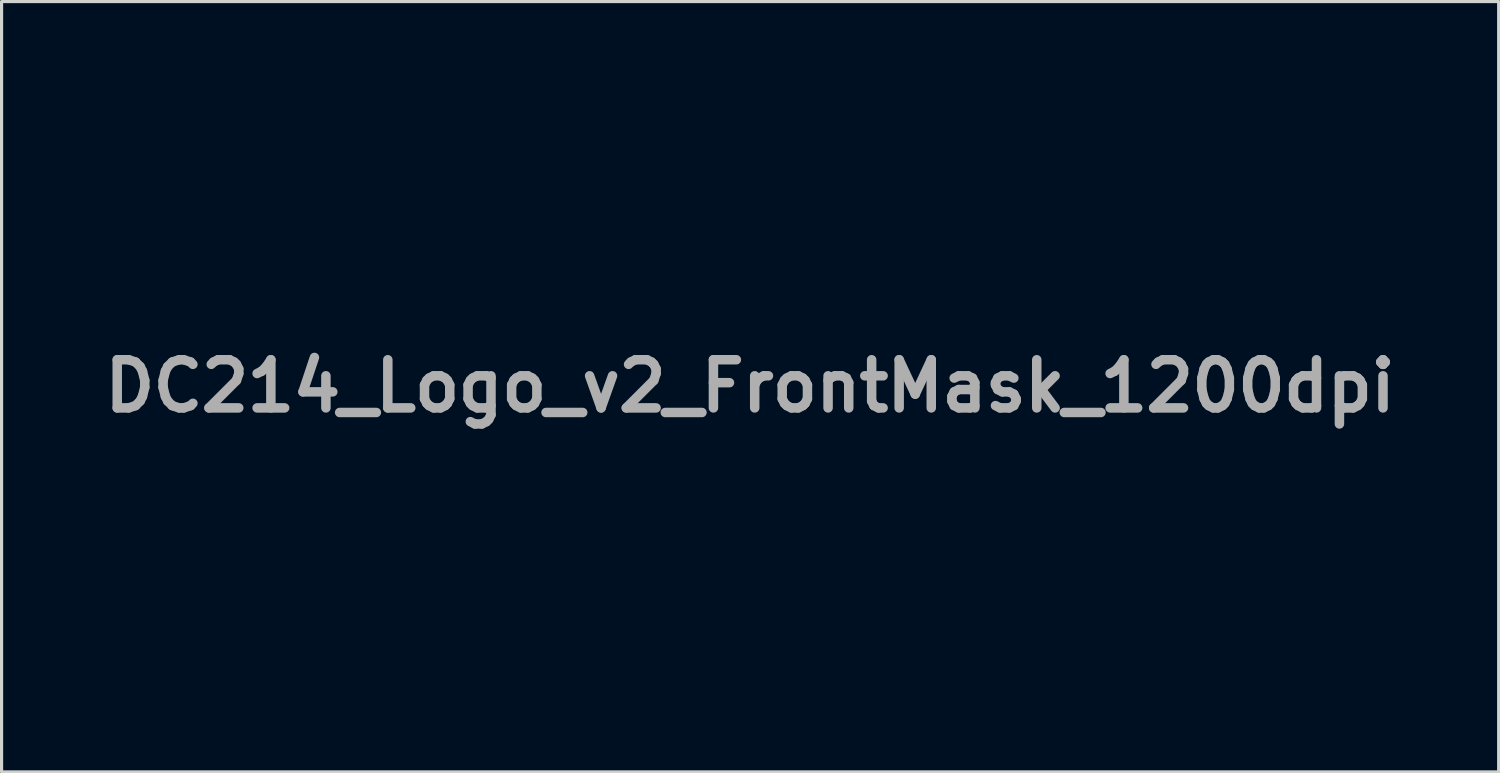
<source format=kicad_pcb>
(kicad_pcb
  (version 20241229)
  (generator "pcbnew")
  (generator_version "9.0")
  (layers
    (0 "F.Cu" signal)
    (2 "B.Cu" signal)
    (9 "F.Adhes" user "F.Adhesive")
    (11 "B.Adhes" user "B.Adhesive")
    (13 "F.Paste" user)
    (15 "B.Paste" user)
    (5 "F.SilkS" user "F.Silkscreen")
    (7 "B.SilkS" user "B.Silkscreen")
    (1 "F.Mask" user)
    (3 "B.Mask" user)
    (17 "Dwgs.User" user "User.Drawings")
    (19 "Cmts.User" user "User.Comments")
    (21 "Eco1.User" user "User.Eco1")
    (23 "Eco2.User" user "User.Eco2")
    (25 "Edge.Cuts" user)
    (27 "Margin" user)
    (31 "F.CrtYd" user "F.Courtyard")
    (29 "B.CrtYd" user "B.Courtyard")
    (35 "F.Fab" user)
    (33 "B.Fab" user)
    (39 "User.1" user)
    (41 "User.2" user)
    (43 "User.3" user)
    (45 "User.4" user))
  (footprint "DC214_Logo_v2_FrontMask_1200dpi"
    (layer "F.Cu")
    (at 20.69 9.17)
    (property "Reference" "DC214_Logo_v2_FrontMask_1200dpi" (at 0 0 0) (layer "F.Fab") (effects (font (size 1.524 1.524) (thickness 0.3))))
    (attr through_hole)
    (fp_poly (pts (xy -0.748 -2.77) (xy -0.721 -2.767) (xy -0.565 -2.735) (xy -0.429 -2.671) (xy -0.319 -2.58) (xy -0.238 -2.466) (xy -0.188 -2.335) (xy -0.174 -2.191) (xy -0.191 -2.073) (xy -0.239 -1.956) (xy -0.321 -1.853) (xy -0.426 -1.771) (xy -0.528 -1.727) (xy -0.652 -1.703) (xy -0.785 -1.696) (xy -0.91 -1.706) (xy -0.984 -1.725) (xy -1.08 -1.778) (xy -1.167 -1.861) (xy -1.234 -1.963) (xy -1.269 -2.061) (xy -1.279 -2.206) (xy -1.249 -2.35) (xy -1.184 -2.486) (xy -1.087 -2.608) (xy -0.961 -2.709) (xy -0.937 -2.724) (xy -0.875 -2.756) (xy -0.819 -2.77) (xy -0.748 -2.77)) (stroke (width 0.01) (type solid)) (fill yes) (layer "F.Mask"))
    (fp_poly (pts (xy 1.166 -2.766) (xy 1.322 -2.729) (xy 1.458 -2.661) (xy 1.57 -2.566) (xy 1.652 -2.448) (xy 1.702 -2.313) (xy 1.714 -2.197) (xy 1.696 -2.053) (xy 1.643 -1.931) (xy 1.557 -1.833) (xy 1.44 -1.76) (xy 1.293 -1.715) (xy 1.156 -1.7) (xy 1.054 -1.701) (xy 0.967 -1.708) (xy 0.915 -1.72) (xy 0.793 -1.788) (xy 0.7 -1.884) (xy 0.64 -2.005) (xy 0.615 -2.148) (xy 0.614 -2.182) (xy 0.629 -2.322) (xy 0.676 -2.447) (xy 0.759 -2.565) (xy 0.834 -2.641) (xy 0.915 -2.709) (xy 0.981 -2.751) (xy 1.046 -2.769) (xy 1.122 -2.77) (xy 1.166 -2.766)) (stroke (width 0.01) (type solid)) (fill yes) (layer "F.Mask"))
    (fp_poly (pts (xy 3.771 2.282) (xy 3.796 2.326) (xy 3.804 2.344) (xy 3.821 2.408) (xy 3.833 2.5) (xy 3.84 2.606) (xy 3.84 2.71) (xy 3.834 2.799) (xy 3.825 2.842) (xy 3.818 2.867) (xy 3.808 2.884) (xy 3.787 2.893) (xy 3.749 2.895) (xy 3.685 2.893) (xy 3.588 2.886) (xy 3.561 2.884) (xy 3.499 2.876) (xy 3.459 2.865) (xy 3.45 2.857) (xy 3.459 2.829) (xy 3.484 2.773) (xy 3.52 2.697) (xy 3.563 2.61) (xy 3.61 2.518) (xy 3.656 2.43) (xy 3.697 2.353) (xy 3.73 2.296) (xy 3.749 2.267) (xy 3.753 2.265) (xy 3.771 2.282)) (stroke (width 0.01) (type solid)) (fill yes) (layer "F.Mask"))
    (fp_poly (pts (xy -3.564 1.825) (xy -3.518 1.845) (xy -3.477 1.885) (xy -3.432 1.953) (xy -3.386 2.037) (xy -3.316 2.2) (xy -3.275 2.368) (xy -3.261 2.55) (xy -3.274 2.751) (xy -3.314 2.979) (xy -3.338 3.092) (xy -3.359 3.205) (xy -3.376 3.302) (xy -3.384 3.359) (xy -3.405 3.464) (xy -3.442 3.535) (xy -3.498 3.575) (xy -3.537 3.587) (xy -3.605 3.6) (xy -3.665 3.611) (xy -3.71 3.617) (xy -3.723 3.606) (xy -3.719 3.592) (xy -3.704 3.529) (xy -3.69 3.432) (xy -3.679 3.311) (xy -3.671 3.173) (xy -3.667 3.028) (xy -3.667 2.885) (xy -3.669 2.805) (xy -3.675 2.659) (xy -3.683 2.491) (xy -3.69 2.32) (xy -3.696 2.167) (xy -3.697 2.154) (xy -3.71 1.82) (xy -3.621 1.82) (xy -3.564 1.825)) (stroke (width 0.01) (type solid)) (fill yes) (layer "F.Mask"))
    (fp_poly (pts (xy 2.018 -1.339) (xy 2.097 -1.309) (xy 2.114 -1.301) (xy 2.185 -1.267) (xy 2.225 -1.239) (xy 2.242 -1.211) (xy 2.244 -1.191) (xy 2.23 -1.141) (xy 2.197 -1.084) (xy 2.189 -1.074) (xy 2.127 -0.985) (xy 2.059 -0.856) (xy 1.985 -0.687) (xy 1.925 -0.536) (xy 1.882 -0.429) (xy 1.837 -0.321) (xy 1.795 -0.229) (xy 1.771 -0.181) (xy 1.654 -0.005) (xy 1.5 0.153) (xy 1.313 0.291) (xy 1.094 0.407) (xy 0.846 0.5) (xy 0.73 0.532) (xy 0.618 0.554) (xy 0.475 0.57) (xy 0.314 0.581) (xy 0.146 0.586) (xy -0.017 0.585) (xy -0.163 0.578) (xy -0.28 0.564) (xy -0.289 0.563) (xy -0.548 0.497) (xy -0.788 0.405) (xy -1.003 0.288) (xy -1.191 0.149) (xy -1.346 -0.01) (xy -1.42 -0.111) (xy -1.454 -0.171) (xy -1.5 -0.261) (xy -1.553 -0.372) (xy -1.608 -0.494) (xy -1.65 -0.59) (xy -1.703 -0.713) (xy -1.755 -0.829) (xy -1.803 -0.929) (xy -1.842 -1.007) (xy -1.864 -1.046) (xy -1.903 -1.11) (xy -1.921 -1.152) (xy -1.921 -1.186) (xy -1.907 -1.226) (xy -1.902 -1.237) (xy -1.881 -1.269) (xy -1.848 -1.29) (xy -1.791 -1.306) (xy -1.709 -1.32) (xy -1.641 -1.322) (xy -1.56 -1.314) (xy -1.482 -1.298) (xy -1.418 -1.278) (xy -1.386 -1.256) (xy -1.356 -1.19) (xy -1.368 -1.127) (xy -1.421 -1.066) (xy -1.441 -1.051) (xy -1.492 -1.012) (xy -1.515 -0.981) (xy -1.519 -0.941) (xy -1.514 -0.902) (xy -1.456 -0.665) (xy -1.361 -0.445) (xy -1.227 -0.244) (xy -1.122 -0.125) (xy -0.931 0.038) (xy -0.714 0.17) (xy -0.473 0.27) (xy -0.212 0.335) (xy -0.186 0.339) (xy -0.071 0.351) (xy 0.068 0.356) (xy 0.22 0.355) (xy 0.371 0.347) (xy 0.509 0.333) (xy 0.621 0.315) (xy 0.646 0.308) (xy 0.9 0.222) (xy 1.131 0.108) (xy 1.333 -0.032) (xy 1.504 -0.196) (xy 1.639 -0.379) (xy 1.698 -0.492) (xy 1.753 -0.628) (xy 1.798 -0.769) (xy 1.827 -0.897) (xy 1.829 -0.912) (xy 1.835 -0.959) (xy 1.833 -0.992) (xy 1.818 -1.021) (xy 1.783 -1.054) (xy 1.723 -1.1) (xy 1.676 -1.134) (xy 1.68 -1.154) (xy 1.699 -1.197) (xy 1.726 -1.247) (xy 1.753 -1.293) (xy 1.774 -1.32) (xy 1.776 -1.322) (xy 1.808 -1.332) (xy 1.864 -1.343) (xy 1.89 -1.347) (xy 1.955 -1.35) (xy 2.018 -1.339)) (stroke (width 0.01) (type solid)) (fill yes) (layer "F.Mask"))
    (fp_poly (pts (xy 3.712 -8.384) (xy 3.796 -8.359) (xy 3.896 -8.324) (xy 4.004 -8.279) (xy 4.027 -8.268) (xy 4.093 -8.235) (xy 4.187 -8.185) (xy 4.3 -8.122) (xy 4.424 -8.051) (xy 4.549 -7.977) (xy 4.561 -7.97) (xy 4.886 -7.771) (xy 5.177 -7.586) (xy 5.442 -7.41) (xy 5.685 -7.237) (xy 5.912 -7.064) (xy 6.129 -6.887) (xy 6.342 -6.701) (xy 6.557 -6.501) (xy 6.775 -6.288) (xy 6.94 -6.12) (xy 7.089 -5.962) (xy 7.227 -5.809) (xy 7.358 -5.654) (xy 7.487 -5.492) (xy 7.619 -5.316) (xy 7.759 -5.121) (xy 7.91 -4.9) (xy 8.059 -4.678) (xy 8.214 -4.443) (xy 8.346 -4.238) (xy 8.456 -4.06) (xy 8.547 -3.904) (xy 8.621 -3.767) (xy 8.679 -3.645) (xy 8.724 -3.534) (xy 8.758 -3.43) (xy 8.783 -3.33) (xy 8.795 -3.265) (xy 8.809 -3.175) (xy 8.736 -3.175) (xy 8.619 -3.158) (xy 8.504 -3.112) (xy 8.463 -3.087) (xy 8.407 -3.048) (xy 8.466 -2.894) (xy 8.667 -2.314) (xy 8.828 -1.727) (xy 8.949 -1.13) (xy 9.031 -0.521) (xy 9.072 0.058) (xy 9.087 0.402) (xy 8.177 0.402) (xy 8.164 0.767) (xy 8.15 1.027) (xy 8.128 1.281) (xy 8.095 1.533) (xy 8.051 1.789) (xy 7.994 2.057) (xy 7.924 2.342) (xy 7.838 2.65) (xy 7.736 2.987) (xy 7.676 3.179) (xy 7.562 3.533) (xy 7.755 3.61) (xy 7.839 3.644) (xy 7.909 3.674) (xy 7.953 3.695) (xy 7.965 3.702) (xy 7.961 3.726) (xy 7.94 3.782) (xy 7.904 3.864) (xy 7.856 3.968) (xy 7.797 4.087) (xy 7.732 4.218) (xy 7.662 4.354) (xy 7.589 4.49) (xy 7.518 4.621) (xy 7.462 4.72) (xy 7.266 5.05) (xy 7.075 5.347) (xy 6.884 5.617) (xy 6.689 5.867) (xy 6.483 6.106) (xy 6.429 6.165) (xy 6.341 6.262) (xy 6.264 6.348) (xy 6.201 6.419) (xy 6.158 6.47) (xy 6.139 6.496) (xy 6.138 6.498) (xy 6.153 6.519) (xy 6.191 6.56) (xy 6.244 6.613) (xy 6.303 6.668) (xy 6.36 6.719) (xy 6.406 6.757) (xy 6.431 6.773) (xy 6.433 6.773) (xy 6.454 6.757) (xy 6.499 6.712) (xy 6.564 6.64) (xy 6.645 6.547) (xy 6.74 6.435) (xy 6.846 6.309) (xy 6.959 6.172) (xy 7.077 6.028) (xy 7.195 5.881) (xy 7.312 5.735) (xy 7.424 5.592) (xy 7.528 5.458) (xy 7.582 5.387) (xy 7.815 5.057) (xy 8.009 4.741) (xy 8.164 4.438) (xy 8.279 4.148) (xy 8.289 4.117) (xy 8.319 4.025) (xy 8.344 3.949) (xy 8.362 3.898) (xy 8.37 3.879) (xy 8.393 3.881) (xy 8.445 3.893) (xy 8.516 3.914) (xy 8.595 3.94) (xy 8.672 3.966) (xy 8.736 3.99) (xy 8.776 4.008) (xy 8.783 4.013) (xy 8.796 4.03) (xy 8.8 4.053) (xy 8.796 4.088) (xy 8.78 4.137) (xy 8.751 4.207) (xy 8.708 4.302) (xy 8.648 4.426) (xy 8.582 4.561) (xy 8.481 4.76) (xy 8.379 4.948) (xy 8.27 5.133) (xy 8.152 5.319) (xy 8.02 5.513) (xy 7.872 5.719) (xy 7.703 5.943) (xy 7.51 6.192) (xy 7.46 6.255) (xy 7.355 6.388) (xy 7.247 6.525) (xy 7.144 6.656) (xy 7.051 6.776) (xy 6.974 6.875) (xy 6.935 6.926) (xy 6.871 7.009) (xy 6.814 7.079) (xy 6.771 7.128) (xy 6.747 7.152) (xy 6.745 7.153) (xy 6.723 7.14) (xy 6.677 7.104) (xy 6.616 7.05) (xy 6.568 7.006) (xy 6.5 6.944) (xy 6.443 6.895) (xy 6.405 6.865) (xy 6.392 6.858) (xy 6.373 6.872) (xy 6.327 6.911) (xy 6.26 6.971) (xy 6.176 7.047) (xy 6.08 7.136) (xy 6.032 7.181) (xy 5.778 7.41) (xy 5.513 7.632) (xy 5.241 7.843) (xy 4.968 8.04) (xy 4.699 8.22) (xy 4.437 8.379) (xy 4.187 8.516) (xy 3.955 8.626) (xy 3.747 8.706) (xy 3.631 8.742) (xy 3.549 8.766) (xy 3.495 8.776) (xy 3.461 8.775) (xy 3.443 8.762) (xy 3.436 8.749) (xy 3.421 8.709) (xy 3.396 8.646) (xy 3.372 8.586) (xy 3.345 8.51) (xy 3.33 8.439) (xy 3.327 8.399) (xy 3.333 8.368) (xy 3.348 8.345) (xy 3.38 8.323) (xy 3.437 8.299) (xy 3.524 8.267) (xy 3.767 8.17) (xy 4.03 8.044) (xy 4.307 7.895) (xy 4.59 7.726) (xy 4.874 7.541) (xy 5.151 7.344) (xy 5.415 7.141) (xy 5.493 7.077) (xy 5.597 6.986) (xy 5.702 6.891) (xy 5.801 6.796) (xy 5.891 6.707) (xy 5.965 6.627) (xy 6.02 6.562) (xy 6.049 6.518) (xy 6.054 6.505) (xy 6.04 6.478) (xy 6.005 6.432) (xy 5.956 6.375) (xy 5.902 6.316) (xy 5.852 6.266) (xy 5.813 6.232) (xy 5.797 6.223) (xy 5.776 6.236) (xy 5.727 6.272) (xy 5.653 6.329) (xy 5.559 6.402) (xy 5.449 6.489) (xy 5.328 6.586) (xy 5.286 6.62) (xy 5.144 6.733) (xy 4.995 6.849) (xy 4.849 6.961) (xy 4.711 7.063) (xy 4.592 7.15) (xy 4.502 7.212) (xy 4.021 7.513) (xy 3.535 7.774) (xy 3.042 7.996) (xy 2.538 8.18) (xy 2.02 8.328) (xy 1.485 8.44) (xy 0.929 8.518) (xy 0.349 8.563) (xy 0.323 8.564) (xy 0 8.579) (xy 0 7.641) (xy 0.164 7.641) (xy 0.503 7.628) (xy 0.865 7.591) (xy 1.24 7.533) (xy 1.619 7.454) (xy 1.99 7.357) (xy 2.064 7.335) (xy 2.554 7.166) (xy 3.036 6.962) (xy 3.506 6.725) (xy 3.959 6.459) (xy 4.392 6.165) (xy 4.801 5.847) (xy 5.184 5.506) (xy 5.536 5.145) (xy 5.854 4.768) (xy 6.036 4.519) (xy 6.171 4.313) (xy 6.3 4.091) (xy 6.419 3.864) (xy 6.522 3.642) (xy 6.603 3.436) (xy 6.637 3.334) (xy 6.659 3.265) (xy 6.678 3.213) (xy 6.688 3.191) (xy 6.7 3.187) (xy 6.726 3.191) (xy 6.772 3.205) (xy 6.843 3.23) (xy 6.945 3.269) (xy 7.021 3.299) (xy 7.131 3.343) (xy 7.321 2.767) (xy 7.407 2.498) (xy 7.478 2.258) (xy 7.536 2.036) (xy 7.582 1.824) (xy 7.618 1.612) (xy 7.646 1.388) (xy 7.668 1.145) (xy 7.687 0.871) (xy 7.688 0.852) (xy 7.714 0.402) (xy 8.155 0.402) (xy 8.141 0.079) (xy 8.136 -0.038) (xy 8.13 -0.143) (xy 8.125 -0.228) (xy 8.12 -0.284) (xy 8.119 -0.297) (xy 8.113 -0.345) (xy 8.104 -0.419) (xy 8.097 -0.487) (xy 8.081 -0.636) (xy 8.056 -0.815) (xy 8.027 -1.01) (xy 7.994 -1.211) (xy 7.96 -1.403) (xy 7.935 -1.531) (xy 7.881 -1.776) (xy 7.823 -2.002) (xy 7.761 -2.204) (xy 7.698 -2.379) (xy 7.635 -2.522) (xy 7.573 -2.627) (xy 7.565 -2.638) (xy 7.516 -2.705) (xy 7.355 -2.62) (xy 7.235 -2.562) (xy 7.105 -2.507) (xy 6.977 -2.458) (xy 6.863 -2.422) (xy 6.79 -2.404) (xy 6.739 -2.398) (xy 6.707 -2.41) (xy 6.676 -2.446) (xy 6.66 -2.47) (xy 6.638 -2.51) (xy 6.598 -2.581) (xy 6.545 -2.678) (xy 6.482 -2.797) (xy 6.411 -2.93) (xy 6.335 -3.073) (xy 6.321 -3.101) (xy 6.17 -3.379) (xy 6.026 -3.626) (xy 5.881 -3.851) (xy 5.729 -4.061) (xy 5.564 -4.266) (xy 5.379 -4.474) (xy 5.168 -4.695) (xy 5.091 -4.773) (xy 4.769 -5.079) (xy 4.441 -5.357) (xy 4.111 -5.606) (xy 3.782 -5.824) (xy 3.458 -6.007) (xy 3.142 -6.155) (xy 2.963 -6.223) (xy 2.878 -6.256) (xy 2.817 -6.285) (xy 2.788 -6.307) (xy 2.787 -6.313) (xy 2.796 -6.341) (xy 2.818 -6.401) (xy 2.851 -6.484) (xy 2.892 -6.584) (xy 2.937 -6.693) (xy 2.983 -6.805) (xy 3.028 -6.911) (xy 3.069 -7.005) (xy 3.101 -7.079) (xy 3.123 -7.126) (xy 3.131 -7.139) (xy 3.155 -7.136) (xy 3.21 -7.115) (xy 3.292 -7.078) (xy 3.396 -7.03) (xy 3.516 -6.972) (xy 3.647 -6.906) (xy 3.783 -6.836) (xy 3.92 -6.764) (xy 4.053 -6.693) (xy 4.175 -6.624) (xy 4.191 -6.615) (xy 4.443 -6.464) (xy 4.674 -6.314) (xy 4.893 -6.157) (xy 5.114 -5.983) (xy 5.347 -5.784) (xy 5.371 -5.763) (xy 5.479 -5.668) (xy 5.577 -5.583) (xy 5.66 -5.512) (xy 5.724 -5.458) (xy 5.764 -5.426) (xy 5.775 -5.419) (xy 5.795 -5.433) (xy 5.838 -5.472) (xy 5.899 -5.531) (xy 5.973 -5.603) (xy 6.054 -5.684) (xy 6.136 -5.766) (xy 6.214 -5.846) (xy 6.281 -5.917) (xy 6.334 -5.973) (xy 6.365 -6.009) (xy 6.371 -6.019) (xy 6.356 -6.048) (xy 6.316 -6.1) (xy 6.255 -6.169) (xy 6.179 -6.249) (xy 6.093 -6.334) (xy 6.003 -6.42) (xy 5.93 -6.486) (xy 5.626 -6.741) (xy 5.315 -6.981) (xy 5 -7.202) (xy 4.688 -7.403) (xy 4.382 -7.579) (xy 4.088 -7.727) (xy 3.811 -7.845) (xy 3.708 -7.882) (xy 3.608 -7.919) (xy 3.533 -7.95) (xy 3.488 -7.975) (xy 3.478 -7.988) (xy 3.488 -8.018) (xy 3.507 -8.077) (xy 3.533 -8.155) (xy 3.545 -8.191) (xy 3.573 -8.274) (xy 3.598 -8.341) (xy 3.616 -8.382) (xy 3.62 -8.389) (xy 3.65 -8.394) (xy 3.712 -8.384)) (stroke (width 0.01) (type solid)) (fill yes) (layer "F.Mask"))
    (fp_poly (pts (xy 0.164 -9.163) (xy 0.306 -9.158) (xy 0.422 -9.149) (xy 0.504 -9.136) (xy 0.508 -9.135) (xy 0.552 -9.124) (xy 0.575 -9.116) (xy 0.575 -9.111) (xy 0.546 -9.108) (xy 0.485 -9.106) (xy 0.389 -9.105) (xy 0.312 -9.104) (xy 0 -9.102) (xy 0 -8.213) (xy -0.153 -8.211) (xy -0.24 -8.21) (xy -0.318 -8.206) (xy -0.37 -8.203) (xy -0.42 -8.198) (xy -0.499 -8.191) (xy -0.591 -8.184) (xy -0.624 -8.182) (xy -0.885 -8.159) (xy -1.155 -8.127) (xy -1.429 -8.087) (xy -1.703 -8.04) (xy -1.97 -7.988) (xy -2.226 -7.932) (xy -2.465 -7.872) (xy -2.683 -7.81) (xy -2.873 -7.747) (xy -3.03 -7.685) (xy -3.131 -7.634) (xy -3.206 -7.591) (xy -3.247 -7.558) (xy -3.263 -7.526) (xy -3.256 -7.487) (xy -3.239 -7.444) (xy -3.217 -7.393) (xy -3.183 -7.313) (xy -3.14 -7.212) (xy -3.093 -7.1) (xy -3.07 -7.045) (xy -2.94 -6.734) (xy -2.819 -6.788) (xy -2.713 -6.831) (xy -2.576 -6.881) (xy -2.418 -6.934) (xy -2.248 -6.988) (xy -2.078 -7.04) (xy -1.916 -7.085) (xy -1.773 -7.122) (xy -1.736 -7.13) (xy -1.511 -7.176) (xy -1.265 -7.218) (xy -1.009 -7.255) (xy -0.753 -7.285) (xy -0.509 -7.308) (xy -0.287 -7.321) (xy -0.144 -7.324) (xy 0 -7.324) (xy -0.000127 -7.255) (xy -0.002 -7.201) (xy -0.006 -7.121) (xy -0.013 -7.029) (xy -0.014 -7.01) (xy -0.028 -6.833) (xy -0.188 -6.847) (xy -0.311 -6.851) (xy -0.465 -6.847) (xy -0.641 -6.835) (xy -0.832 -6.815) (xy -1.026 -6.789) (xy -1.129 -6.772) (xy -1.605 -6.672) (xy -2.083 -6.533) (xy -2.559 -6.36) (xy -3.028 -6.153) (xy -3.487 -5.916) (xy -3.932 -5.651) (xy -4.36 -5.361) (xy -4.766 -5.047) (xy -5.146 -4.713) (xy -5.498 -4.361) (xy -5.816 -3.993) (xy -6.098 -3.611) (xy -6.121 -3.577) (xy -6.229 -3.403) (xy -6.339 -3.206) (xy -6.443 -3) (xy -6.535 -2.799) (xy -6.607 -2.615) (xy -6.615 -2.593) (xy -6.654 -2.489) (xy -6.686 -2.42) (xy -6.71 -2.388) (xy -6.716 -2.387) (xy -6.747 -2.397) (xy -6.806 -2.42) (xy -6.884 -2.452) (xy -6.933 -2.473) (xy -7.023 -2.513) (xy -7.079 -2.543) (xy -7.108 -2.567) (xy -7.116 -2.589) (xy -7.116 -2.595) (xy -7.102 -2.634) (xy -7.072 -2.704) (xy -7.028 -2.798) (xy -6.974 -2.91) (xy -6.912 -3.034) (xy -6.846 -3.164) (xy -6.779 -3.292) (xy -6.715 -3.412) (xy -6.656 -3.519) (xy -6.61 -3.598) (xy -6.497 -3.784) (xy -6.392 -3.947) (xy -6.288 -4.097) (xy -6.178 -4.244) (xy -6.054 -4.398) (xy -5.91 -4.57) (xy -5.867 -4.619) (xy -5.773 -4.729) (xy -5.688 -4.828) (xy -5.615 -4.914) (xy -5.56 -4.98) (xy -5.525 -5.022) (xy -5.516 -5.035) (xy -5.519 -5.062) (xy -5.551 -5.11) (xy -5.615 -5.181) (xy -5.632 -5.199) (xy -5.695 -5.259) (xy -5.749 -5.305) (xy -5.786 -5.331) (xy -5.794 -5.334) (xy -5.823 -5.319) (xy -5.874 -5.276) (xy -5.944 -5.212) (xy -6.026 -5.13) (xy -6.118 -5.036) (xy -6.212 -4.935) (xy -6.306 -4.832) (xy -6.395 -4.731) (xy -6.472 -4.638) (xy -6.524 -4.572) (xy -6.795 -4.182) (xy -7.047 -3.759) (xy -7.279 -3.307) (xy -7.488 -2.832) (xy -7.672 -2.339) (xy -7.829 -1.834) (xy -7.956 -1.322) (xy -8.031 -0.931) (xy -8.055 -0.779) (xy -8.078 -0.607) (xy -8.099 -0.424) (xy -8.118 -0.24) (xy -8.133 -0.066) (xy -8.144 0.09) (xy -8.149 0.217) (xy -8.149 0.251) (xy -8.149 0.402) (xy -7.246 0.402) (xy -7.232 0.778) (xy -7.217 1.089) (xy -7.191 1.373) (xy -7.154 1.643) (xy -7.103 1.907) (xy -7.035 2.179) (xy -6.95 2.468) (xy -6.879 2.688) (xy -6.833 2.825) (xy -6.793 2.949) (xy -6.761 3.054) (xy -6.739 3.134) (xy -6.727 3.184) (xy -6.726 3.199) (xy -6.751 3.213) (xy -6.806 3.239) (xy -6.881 3.272) (xy -6.926 3.291) (xy -7.11 3.369) (xy -7.053 3.489) (xy -6.777 4.032) (xy -6.483 4.537) (xy -6.169 5.004) (xy -5.837 5.434) (xy -5.485 5.827) (xy -5.114 6.183) (xy -4.744 6.487) (xy -4.636 6.565) (xy -4.497 6.659) (xy -4.336 6.763) (xy -4.161 6.874) (xy -3.977 6.986) (xy -3.794 7.095) (xy -3.619 7.197) (xy -3.459 7.286) (xy -3.321 7.359) (xy -3.268 7.386) (xy -3.157 7.44) (xy -3.062 7.49) (xy -2.987 7.53) (xy -2.94 7.559) (xy -2.924 7.573) (xy -2.988 7.727) (xy -3.039 7.841) (xy -3.076 7.915) (xy -3.1 7.95) (xy -3.104 7.952) (xy -3.139 7.95) (xy -3.206 7.934) (xy -3.297 7.905) (xy -3.403 7.867) (xy -3.518 7.822) (xy -3.635 7.772) (xy -3.745 7.721) (xy -3.757 7.715) (xy -3.973 7.599) (xy -4.212 7.454) (xy -4.468 7.282) (xy -4.738 7.087) (xy -5.016 6.872) (xy -5.299 6.64) (xy -5.446 6.514) (xy -5.546 6.427) (xy -5.636 6.351) (xy -5.711 6.289) (xy -5.766 6.245) (xy -5.795 6.224) (xy -5.798 6.223) (xy -5.82 6.238) (xy -5.865 6.278) (xy -5.926 6.339) (xy -6 6.413) (xy -6.079 6.496) (xy -6.158 6.58) (xy -6.232 6.661) (xy -6.296 6.733) (xy -6.343 6.789) (xy -6.368 6.823) (xy -6.371 6.83) (xy -6.356 6.856) (xy -6.316 6.905) (xy -6.254 6.973) (xy -6.177 7.054) (xy -6.088 7.143) (xy -5.994 7.236) (xy -5.9 7.327) (xy -5.81 7.411) (xy -5.729 7.483) (xy -5.664 7.538) (xy -5.662 7.54) (xy -5.317 7.792) (xy -4.935 8.037) (xy -4.515 8.276) (xy -4.054 8.51) (xy -3.552 8.739) (xy -3.541 8.743) (xy -3.452 8.782) (xy -3.514 8.92) (xy -3.546 9.001) (xy -3.569 9.079) (xy -3.577 9.133) (xy -3.579 9.174) (xy -3.591 9.197) (xy -3.62 9.204) (xy -3.675 9.197) (xy -3.762 9.177) (xy -3.768 9.176) (xy -3.904 9.136) (xy -4.053 9.079) (xy -4.215 9.003) (xy -4.394 8.908) (xy -4.592 8.791) (xy -4.813 8.65) (xy -5.06 8.485) (xy -5.335 8.293) (xy -5.38 8.261) (xy -5.908 7.864) (xy -6.398 7.451) (xy -6.849 7.022) (xy -7.264 6.576) (xy -7.642 6.111) (xy -7.986 5.625) (xy -8.296 5.119) (xy -8.573 4.59) (xy -8.698 4.321) (xy -8.746 4.214) (xy -8.778 4.139) (xy -8.796 4.09) (xy -8.801 4.062) (xy -8.797 4.047) (xy -8.784 4.04) (xy -8.779 4.039) (xy -8.749 4.027) (xy -8.692 3.999) (xy -8.618 3.962) (xy -8.579 3.943) (xy -8.406 3.853) (xy -8.466 3.699) (xy -8.556 3.451) (xy -8.645 3.18) (xy -8.73 2.897) (xy -8.806 2.615) (xy -8.872 2.345) (xy -8.923 2.099) (xy -8.93 2.064) (xy -8.971 1.809) (xy -9.007 1.54) (xy -9.038 1.27) (xy -9.061 1.007) (xy -9.075 0.765) (xy -9.08 0.552) (xy -9.081 0.549) (xy -9.081 0.402) (xy -8.643 0.402) (xy -8.62 0.402) (xy -8.606 0.704) (xy -8.588 0.987) (xy -8.562 1.276) (xy -8.527 1.568) (xy -8.485 1.857) (xy -8.437 2.14) (xy -8.383 2.412) (xy -8.325 2.67) (xy -8.264 2.909) (xy -8.2 3.124) (xy -8.135 3.312) (xy -8.069 3.469) (xy -8.003 3.591) (xy -7.964 3.644) (xy -7.947 3.659) (xy -7.924 3.664) (xy -7.886 3.657) (xy -7.825 3.636) (xy -7.754 3.608) (xy -7.673 3.576) (xy -7.61 3.55) (xy -7.572 3.533) (xy -7.565 3.529) (xy -7.569 3.508) (xy -7.587 3.457) (xy -7.615 3.385) (xy -7.628 3.353) (xy -7.744 3.05) (xy -7.851 2.715) (xy -7.945 2.359) (xy -8.024 1.992) (xy -8.053 1.834) (xy -8.07 1.732) (xy -8.085 1.634) (xy -8.098 1.534) (xy -8.111 1.425) (xy -8.123 1.297) (xy -8.137 1.145) (xy -8.153 0.96) (xy -8.158 0.9) (xy -8.163 0.829) (xy -8.166 0.733) (xy -8.169 0.629) (xy -8.169 0.598) (xy -8.17 0.402) (xy -8.62 0.402) (xy -8.643 0.402) (xy -8.629 0.037) (xy -8.623 -0.101) (xy -8.616 -0.24) (xy -8.607 -0.37) (xy -8.598 -0.476) (xy -8.594 -0.519) (xy -8.505 -1.108) (xy -8.374 -1.692) (xy -8.203 -2.268) (xy -7.991 -2.834) (xy -7.74 -3.39) (xy -7.45 -3.934) (xy -7.122 -4.464) (xy -6.757 -4.979) (xy -6.608 -5.169) (xy -6.504 -5.294) (xy -6.376 -5.438) (xy -6.23 -5.595) (xy -6.071 -5.76) (xy -5.908 -5.925) (xy -5.746 -6.083) (xy -5.591 -6.229) (xy -5.451 -6.356) (xy -5.33 -6.458) (xy -5.323 -6.463) (xy -5.013 -6.697) (xy -4.69 -6.913) (xy -4.361 -7.109) (xy -4.034 -7.279) (xy -3.716 -7.421) (xy -3.467 -7.512) (xy -3.326 -7.559) (xy -3.399 -7.729) (xy -3.433 -7.809) (xy -3.463 -7.877) (xy -3.483 -7.92) (xy -3.487 -7.927) (xy -3.515 -7.936) (xy -3.575 -7.925) (xy -3.662 -7.898) (xy -3.771 -7.855) (xy -3.898 -7.801) (xy -4.038 -7.736) (xy -4.186 -7.662) (xy -4.337 -7.583) (xy -4.487 -7.5) (xy -4.631 -7.415) (xy -4.671 -7.389) (xy -4.906 -7.239) (xy -5.12 -7.092) (xy -5.323 -6.944) (xy -5.521 -6.788) (xy -5.726 -6.615) (xy -5.945 -6.42) (xy -6.053 -6.321) (xy -6.393 -6.007) (xy -6.557 -6.151) (xy -6.627 -6.212) (xy -6.686 -6.264) (xy -6.727 -6.299) (xy -6.739 -6.31) (xy -6.737 -6.334) (xy -6.705 -6.38) (xy -6.649 -6.444) (xy -6.573 -6.521) (xy -6.482 -6.609) (xy -6.379 -6.702) (xy -6.269 -6.796) (xy -6.156 -6.887) (xy -6.106 -6.926) (xy -5.884 -7.094) (xy -5.693 -7.239) (xy -5.529 -7.363) (xy -5.388 -7.469) (xy -5.267 -7.559) (xy -5.162 -7.634) (xy -5.07 -7.699) (xy -4.987 -7.754) (xy -4.91 -7.803) (xy -4.836 -7.847) (xy -4.761 -7.889) (xy -4.681 -7.932) (xy -4.593 -7.977) (xy -4.493 -8.028) (xy -4.445 -8.052) (xy -4.099 -8.22) (xy -3.755 -8.369) (xy -3.404 -8.504) (xy -3.037 -8.628) (xy -2.643 -8.745) (xy -2.328 -8.828) (xy -1.966 -8.916) (xy -1.63 -8.989) (xy -1.309 -9.048) (xy -0.991 -9.095) (xy -0.667 -9.134) (xy -0.51 -9.147) (xy -0.341 -9.157) (xy -0.167 -9.163) (xy 0.004 -9.165) (xy 0.164 -9.163)) (stroke (width 0.01) (type solid)) (fill yes) (layer "F.Mask"))
    (fp_poly (pts (xy 0.283 -5.528) (xy 0.749 -5.476) (xy 1.215 -5.385) (xy 1.677 -5.258) (xy 2.132 -5.094) (xy 2.577 -4.895) (xy 3.008 -4.663) (xy 3.421 -4.397) (xy 3.725 -4.171) (xy 3.849 -4.067) (xy 3.99 -3.94) (xy 4.14 -3.798) (xy 4.291 -3.648) (xy 4.434 -3.5) (xy 4.561 -3.361) (xy 4.663 -3.24) (xy 4.664 -3.239) (xy 4.962 -2.833) (xy 5.221 -2.41) (xy 5.441 -1.97) (xy 5.622 -1.514) (xy 5.764 -1.043) (xy 5.866 -0.557) (xy 5.875 -0.508) (xy 5.894 -0.35) (xy 5.909 -0.161) (xy 5.918 0.048) (xy 5.923 0.267) (xy 5.921 0.484) (xy 5.915 0.688) (xy 5.902 0.869) (xy 5.896 0.928) (xy 5.816 1.439) (xy 5.696 1.938) (xy 5.535 2.423) (xy 5.336 2.894) (xy 5.098 3.348) (xy 4.822 3.784) (xy 4.685 3.975) (xy 4.565 4.126) (xy 4.419 4.292) (xy 4.255 4.466) (xy 4.081 4.639) (xy 3.907 4.803) (xy 3.739 4.95) (xy 3.588 5.071) (xy 3.174 5.358) (xy 2.749 5.606) (xy 2.308 5.819) (xy 1.843 5.999) (xy 1.725 6.039) (xy 1.576 6.085) (xy 1.437 6.123) (xy 1.299 6.154) (xy 1.151 6.181) (xy 0.984 6.204) (xy 0.788 6.227) (xy 0.72 6.234) (xy 0.584 6.248) (xy 0.443 6.264) (xy 0.31 6.28) (xy 0.201 6.294) (xy 0.18 6.297) (xy -0.053 6.324) (xy -0.259 6.336) (xy -0.402 6.335) (xy -0.712 6.304) (xy -1.044 6.246) (xy -1.389 6.162) (xy -1.741 6.053) (xy -2.092 5.924) (xy -2.435 5.775) (xy -2.639 5.674) (xy -3.062 5.431) (xy -3.467 5.155) (xy -3.849 4.847) (xy -4.208 4.511) (xy -4.541 4.149) (xy -4.759 3.874) (xy -4.413 3.874) (xy -4.397 4.006) (xy -4.364 4.1) (xy -4.313 4.158) (xy -4.268 4.178) (xy -4.233 4.181) (xy -4.163 4.182) (xy -4.066 4.183) (xy -3.952 4.183) (xy -3.852 4.181) (xy -3.71 4.178) (xy -3.602 4.174) (xy -3.519 4.167) (xy -3.453 4.157) (xy -3.395 4.144) (xy -3.345 4.128) (xy -3.165 4.049) (xy -3.012 3.942) (xy -2.884 3.805) (xy -2.78 3.638) (xy -2.698 3.438) (xy -2.639 3.204) (xy -2.605 2.977) (xy -2.594 2.866) (xy -2.588 2.773) (xy -2.314 2.773) (xy -2.31 3) (xy -2.296 3.198) (xy -2.272 3.377) (xy -2.234 3.548) (xy -2.19 3.701) (xy -2.14 3.841) (xy -2.082 3.953) (xy -2.012 4.042) (xy -1.926 4.109) (xy -1.819 4.156) (xy -1.686 4.186) (xy -1.522 4.201) (xy -1.324 4.205) (xy -1.238 4.203) (xy -1.116 4.199) (xy -1.003 4.193) (xy -0.908 4.185) (xy -0.841 4.176) (xy -0.82 4.171) (xy -0.768 4.151) (xy -0.746 4.125) (xy -0.741 4.076) (xy -0.741 4.068) (xy -0.758 3.927) (xy -0.804 3.758) (xy -0.826 3.698) (xy -0.869 3.583) (xy -1.066 3.593) (xy -1.21 3.595) (xy -1.32 3.58) (xy -1.403 3.545) (xy -1.466 3.483) (xy -1.516 3.392) (xy -1.56 3.27) (xy -1.574 3.216) (xy -1.584 3.159) (xy -1.59 3.089) (xy -1.594 2.999) (xy -1.594 2.882) (xy -1.593 2.752) (xy -1.591 2.623) (xy -1.589 2.504) (xy -1.585 2.405) (xy -1.582 2.332) (xy -1.579 2.297) (xy -1.571 2.225) (xy -1.568 2.168) (xy -1.558 2.118) (xy -1.523 2.085) (xy -1.498 2.073) (xy -1.436 2.027) (xy -1.41 1.974) (xy -1.385 1.92) (xy -1.346 1.903) (xy -1.294 1.899) (xy -1.27 1.896) (xy -1.237 1.894) (xy -1.171 1.891) (xy -1.084 1.889) (xy -1.013 1.887) (xy -0.788 1.884) (xy -0.754 1.66) (xy -0.742 1.584) (xy -0.508 1.584) (xy -0.492 1.608) (xy -0.45 1.644) (xy -0.411 1.673) (xy -0.355 1.715) (xy -0.328 1.747) (xy -0.324 1.779) (xy -0.327 1.792) (xy -0.326 1.849) (xy -0.305 1.92) (xy -0.271 1.989) (xy -0.232 2.04) (xy -0.217 2.05) (xy -0.188 2.057) (xy -0.139 2.052) (xy -0.066 2.035) (xy 0.04 2.004) (xy 0.053 2) (xy 0.158 1.967) (xy 0.232 1.949) (xy 0.285 1.947) (xy 0.325 1.963) (xy 0.364 2) (xy 0.409 2.059) (xy 0.426 2.083) (xy 0.47 2.158) (xy 0.486 2.235) (xy 0.487 2.265) (xy 0.485 2.314) (xy 0.476 2.357) (xy 0.455 2.4) (xy 0.419 2.452) (xy 0.363 2.518) (xy 0.283 2.605) (xy 0.255 2.636) (xy 0.115 2.784) (xy 0.069 3.036) (xy 0.023 3.287) (xy -0.187 3.501) (xy -0.273 3.59) (xy -0.335 3.657) (xy -0.376 3.711) (xy -0.404 3.758) (xy -0.424 3.807) (xy -0.434 3.84) (xy -0.455 3.965) (xy -0.441 4.069) (xy -0.392 4.15) (xy -0.309 4.207) (xy -0.193 4.239) (xy -0.046 4.245) (xy -0.021 4.243) (xy 0.047 4.24) (xy 0.149 4.235) (xy 0.276 4.231) (xy 0.419 4.226) (xy 0.569 4.222) (xy 0.626 4.221) (xy 1.115 4.209) (xy 1.161 4.056) (xy 1.183 3.981) (xy 1.199 3.922) (xy 1.206 3.89) (xy 1.206 3.888) (xy 1.193 3.855) (xy 1.158 3.803) (xy 1.112 3.746) (xy 1.063 3.693) (xy 1.023 3.658) (xy 1.007 3.65) (xy 0.931 3.634) (xy 0.885 3.633) (xy 0.865 3.647) (xy 0.841 3.652) (xy 0.788 3.651) (xy 0.718 3.646) (xy 0.643 3.637) (xy 0.576 3.626) (xy 0.527 3.615) (xy 0.508 3.605) (xy 0.52 3.585) (xy 0.552 3.536) (xy 0.602 3.463) (xy 0.665 3.371) (xy 0.739 3.264) (xy 0.77 3.221) (xy 0.85 3.106) (xy 0.923 2.998) (xy 0.986 2.904) (xy 1.035 2.83) (xy 1.064 2.783) (xy 1.068 2.775) (xy 1.133 2.62) (xy 1.178 2.451) (xy 1.202 2.281) (xy 1.203 2.12) (xy 1.18 1.979) (xy 1.176 1.964) (xy 1.105 1.808) (xy 1.034 1.718) (xy 1.358 1.718) (xy 1.361 1.768) (xy 1.373 1.846) (xy 1.392 1.941) (xy 1.409 2.006) (xy 1.435 2.102) (xy 1.454 2.165) (xy 1.471 2.201) (xy 1.49 2.218) (xy 1.512 2.222) (xy 1.521 2.222) (xy 1.554 2.217) (xy 1.612 2.204) (xy 1.686 2.186) (xy 1.763 2.165) (xy 1.835 2.145) (xy 1.889 2.128) (xy 1.915 2.118) (xy 1.916 2.117) (xy 1.916 2.137) (xy 1.916 2.195) (xy 1.916 2.287) (xy 1.916 2.407) (xy 1.916 2.55) (xy 1.917 2.714) (xy 1.917 2.892) (xy 1.917 2.926) (xy 1.918 3.209) (xy 1.922 3.452) (xy 1.928 3.656) (xy 1.936 3.825) (xy 1.947 3.96) (xy 1.961 4.063) (xy 1.977 4.136) (xy 1.993 4.175) (xy 2.004 4.193) (xy 2.023 4.204) (xy 2.055 4.21) (xy 2.108 4.211) (xy 2.191 4.209) (xy 2.282 4.204) (xy 2.385 4.198) (xy 2.471 4.19) (xy 2.534 4.182) (xy 2.564 4.175) (xy 2.564 4.175) (xy 2.567 4.151) (xy 2.57 4.089) (xy 2.573 3.992) (xy 2.575 3.864) (xy 2.577 3.708) (xy 2.579 3.528) (xy 2.581 3.327) (xy 2.582 3.11) (xy 2.583 2.879) (xy 2.583 2.857) (xy 2.815 2.857) (xy 2.815 3.446) (xy 2.914 3.494) (xy 3.002 3.526) (xy 3.101 3.54) (xy 3.219 3.535) (xy 3.361 3.51) (xy 3.487 3.481) (xy 3.58 3.457) (xy 3.658 3.44) (xy 3.712 3.43) (xy 3.732 3.429) (xy 3.735 3.452) (xy 3.74 3.508) (xy 3.746 3.589) (xy 3.752 3.685) (xy 3.757 3.787) (xy 3.762 3.887) (xy 3.766 3.976) (xy 3.767 4.044) (xy 3.767 4.048) (xy 3.771 4.063) (xy 3.787 4.074) (xy 3.822 4.08) (xy 3.881 4.084) (xy 3.973 4.085) (xy 4.038 4.085) (xy 4.307 4.085) (xy 4.358 4.011) (xy 4.385 3.967) (xy 4.398 3.927) (xy 4.399 3.875) (xy 4.391 3.797) (xy 4.391 3.794) (xy 4.381 3.7) (xy 4.375 3.605) (xy 4.372 3.545) (xy 4.371 3.44) (xy 4.462 3.428) (xy 4.531 3.414) (xy 4.578 3.389) (xy 4.606 3.346) (xy 4.62 3.277) (xy 4.625 3.175) (xy 4.625 3.151) (xy 4.624 3.059) (xy 4.62 2.999) (xy 4.61 2.961) (xy 4.593 2.935) (xy 4.575 2.919) (xy 4.51 2.888) (xy 4.441 2.879) (xy 4.358 2.879) (xy 4.375 2.651) (xy 4.383 2.524) (xy 4.388 2.377) (xy 4.391 2.219) (xy 4.392 2.056) (xy 4.391 1.895) (xy 4.388 1.746) (xy 4.383 1.613) (xy 4.376 1.507) (xy 4.368 1.433) (xy 4.365 1.418) (xy 4.347 1.343) (xy 4.329 1.294) (xy 4.301 1.264) (xy 4.257 1.25) (xy 4.187 1.245) (xy 4.083 1.244) (xy 4.082 1.244) (xy 3.942 1.247) (xy 3.837 1.259) (xy 3.759 1.282) (xy 3.701 1.319) (xy 3.655 1.371) (xy 3.642 1.392) (xy 3.595 1.452) (xy 3.528 1.518) (xy 3.466 1.567) (xy 3.399 1.62) (xy 3.343 1.675) (xy 3.312 1.716) (xy 3.296 1.763) (xy 3.28 1.84) (xy 3.266 1.935) (xy 3.259 1.995) (xy 3.238 2.143) (xy 3.201 2.276) (xy 3.144 2.404) (xy 3.063 2.537) (xy 2.954 2.683) (xy 2.815 2.857) (xy 2.583 2.857) (xy 2.583 2.847) (xy 2.584 2.567) (xy 2.584 2.326) (xy 2.584 2.121) (xy 2.583 1.95) (xy 2.581 1.809) (xy 2.578 1.695) (xy 2.574 1.606) (xy 2.568 1.538) (xy 2.561 1.488) (xy 2.552 1.453) (xy 2.542 1.43) (xy 2.53 1.416) (xy 2.516 1.409) (xy 2.514 1.409) (xy 2.483 1.404) (xy 2.42 1.4) (xy 2.332 1.395) (xy 2.229 1.39) (xy 2.223 1.39) (xy 2.103 1.387) (xy 2.018 1.388) (xy 1.958 1.393) (xy 1.915 1.404) (xy 1.894 1.413) (xy 1.85 1.435) (xy 1.777 1.468) (xy 1.686 1.508) (xy 1.598 1.547) (xy 1.5 1.59) (xy 1.433 1.621) (xy 1.393 1.645) (xy 1.371 1.668) (xy 1.362 1.693) (xy 1.358 1.718) (xy 1.034 1.718) (xy 0.998 1.672) (xy 0.857 1.558) (xy 0.682 1.467) (xy 0.476 1.399) (xy 0.24 1.356) (xy 0.208 1.352) (xy 0.108 1.342) (xy 0.036 1.338) (xy -0.023 1.342) (xy -0.084 1.354) (xy -0.161 1.377) (xy -0.198 1.389) (xy -0.312 1.431) (xy -0.405 1.478) (xy -0.471 1.525) (xy -0.505 1.569) (xy -0.508 1.584) (xy -0.742 1.584) (xy -0.738 1.561) (xy -0.73 1.493) (xy -0.729 1.447) (xy -0.736 1.412) (xy -0.751 1.379) (xy -0.764 1.355) (xy -0.809 1.275) (xy -1.091 1.26) (xy -1.372 1.245) (xy -1.68 1.447) (xy -1.829 1.548) (xy -1.945 1.637) (xy -2.035 1.718) (xy -2.103 1.797) (xy -2.156 1.881) (xy -2.198 1.974) (xy -2.202 1.984) (xy -2.243 2.103) (xy -2.273 2.218) (xy -2.294 2.339) (xy -2.306 2.476) (xy -2.313 2.638) (xy -2.314 2.773) (xy -2.588 2.773) (xy -2.587 2.75) (xy -2.583 2.649) (xy -2.582 2.625) (xy -2.577 2.521) (xy -2.562 2.409) (xy -2.548 2.337) (xy -2.534 2.269) (xy -2.529 2.206) (xy -2.534 2.141) (xy -2.552 2.071) (xy -2.585 1.989) (xy -2.635 1.891) (xy -2.702 1.773) (xy -2.79 1.63) (xy -2.891 1.471) (xy -2.966 1.355) (xy -3.026 1.271) (xy -3.074 1.215) (xy -3.118 1.184) (xy -3.161 1.172) (xy -3.211 1.177) (xy -3.272 1.194) (xy -3.276 1.195) (xy -3.339 1.209) (xy -3.439 1.222) (xy -3.571 1.234) (xy -3.73 1.245) (xy -3.789 1.248) (xy -3.923 1.255) (xy -4.049 1.265) (xy -4.158 1.275) (xy -4.242 1.286) (xy -4.292 1.295) (xy -4.292 1.295) (xy -4.382 1.323) (xy -4.392 2.424) (xy -4.395 2.642) (xy -4.397 2.854) (xy -4.4 3.053) (xy -4.402 3.235) (xy -4.405 3.395) (xy -4.407 3.528) (xy -4.409 3.63) (xy -4.412 3.695) (xy -4.412 3.704) (xy -4.413 3.874) (xy -4.759 3.874) (xy -4.845 3.765) (xy -5.117 3.362) (xy -5.355 2.941) (xy -5.557 2.508) (xy -5.721 2.063) (xy -5.745 1.985) (xy -5.857 1.542) (xy -5.931 1.084) (xy -5.965 0.618) (xy -5.962 0.146) (xy -5.919 -0.327) (xy -5.879 -0.56) (xy -5.107 -0.56) (xy -5.093 -0.415) (xy -5.05 -0.279) (xy -4.98 -0.158) (xy -4.886 -0.058) (xy -4.77 0.015) (xy -4.641 0.054) (xy -4.525 0.054) (xy -4.398 0.021) (xy -4.27 -0.038) (xy -4.153 -0.12) (xy -4.055 -0.22) (xy -4.041 -0.238) (xy -4.001 -0.288) (xy -3.968 -0.318) (xy -3.956 -0.323) (xy -3.945 -0.318) (xy -3.922 -0.306) (xy -3.885 -0.286) (xy -3.831 -0.257) (xy -3.759 -0.217) (xy -3.667 -0.165) (xy -3.551 -0.1) (xy -3.411 -0.021) (xy -3.245 0.074) (xy -3.049 0.185) (xy -2.822 0.314) (xy -2.561 0.462) (xy -2.374 0.569) (xy -1.923 0.826) (xy -1.184 0.826) (xy -0.883 0.954) (xy -0.727 1.019) (xy -0.598 1.067) (xy -0.484 1.1) (xy -0.374 1.121) (xy -0.257 1.133) (xy -0.122 1.136) (xy 0.032 1.134) (xy 0.181 1.129) (xy 0.3 1.121) (xy 0.401 1.11) (xy 0.496 1.093) (xy 0.582 1.072) (xy 0.684 1.045) (xy 0.811 1.009) (xy 0.947 0.969) (xy 1.079 0.928) (xy 1.096 0.922) (xy 1.398 0.826) (xy 2.498 0.826) (xy 3.407 0.371) (xy 4.315 -0.083) (xy 4.367 0.029) (xy 4.441 0.147) (xy 4.54 0.241) (xy 4.657 0.309) (xy 4.784 0.349) (xy 4.915 0.36) (xy 5.043 0.341) (xy 5.16 0.29) (xy 5.26 0.207) (xy 5.271 0.194) (xy 5.351 0.067) (xy 5.4 -0.076) (xy 5.417 -0.226) (xy 5.405 -0.377) (xy 5.365 -0.521) (xy 5.297 -0.651) (xy 5.204 -0.76) (xy 5.099 -0.833) (xy 5.025 -0.868) (xy 4.962 -0.884) (xy 4.888 -0.886) (xy 4.852 -0.885) (xy 4.78 -0.881) (xy 4.742 -0.885) (xy 4.73 -0.896) (xy 4.733 -0.909) (xy 4.777 -1.037) (xy 4.81 -1.18) (xy 4.829 -1.328) (xy 4.834 -1.469) (xy 4.824 -1.591) (xy 4.808 -1.659) (xy 4.745 -1.776) (xy 4.649 -1.871) (xy 4.527 -1.941) (xy 4.383 -1.983) (xy 4.261 -1.994) (xy 4.131 -1.981) (xy 4.028 -1.94) (xy 3.946 -1.866) (xy 3.885 -1.769) (xy 3.857 -1.713) (xy 3.839 -1.666) (xy 3.829 -1.616) (xy 3.823 -1.553) (xy 3.822 -1.466) (xy 3.822 -1.388) (xy 3.825 -1.259) (xy 3.832 -1.161) (xy 3.845 -1.08) (xy 3.866 -1.004) (xy 3.868 -0.998) (xy 3.913 -0.863) (xy 3.232 -0.528) (xy 3.075 -0.451) (xy 2.931 -0.381) (xy 2.803 -0.319) (xy 2.697 -0.268) (xy 2.615 -0.23) (xy 2.563 -0.206) (xy 2.545 -0.2) (xy 2.55 -0.221) (xy 2.567 -0.272) (xy 2.595 -0.344) (xy 2.612 -0.387) (xy 2.719 -0.706) (xy 2.784 -1.028) (xy 2.808 -1.351) (xy 2.791 -1.672) (xy 2.734 -1.99) (xy 2.636 -2.301) (xy 2.499 -2.605) (xy 2.323 -2.898) (xy 2.108 -3.179) (xy 2.105 -3.181) (xy 1.941 -3.354) (xy 1.757 -3.516) (xy 1.559 -3.661) (xy 1.357 -3.786) (xy 1.156 -3.886) (xy 0.963 -3.956) (xy 0.863 -3.98) (xy 0.799 -3.991) (xy 0.705 -4.004) (xy 0.594 -4.018) (xy 0.476 -4.031) (xy 0.462 -4.033) (xy 0.346 -4.046) (xy 0.237 -4.059) (xy 0.145 -4.072) (xy 0.083 -4.083) (xy 0.077 -4.084) (xy -0.007 -4.095) (xy -0.084 -4.082) (xy -0.105 -4.075) (xy -0.156 -4.06) (xy -0.239 -4.041) (xy -0.345 -4.018) (xy -0.465 -3.994) (xy -0.545 -3.979) (xy -0.775 -3.931) (xy -0.972 -3.874) (xy -1.148 -3.804) (xy -1.313 -3.715) (xy -1.477 -3.604) (xy -1.649 -3.465) (xy -1.671 -3.446) (xy -1.908 -3.215) (xy -2.114 -2.963) (xy -2.287 -2.692) (xy -2.427 -2.407) (xy -2.531 -2.111) (xy -2.6 -1.807) (xy -2.632 -1.501) (xy -2.625 -1.194) (xy -2.578 -0.891) (xy -2.54 -0.742) (xy -2.52 -0.673) (xy -2.507 -0.622) (xy -2.504 -0.601) (xy -2.504 -0.601) (xy -2.523 -0.609) (xy -2.574 -0.636) (xy -2.653 -0.677) (xy -2.756 -0.732) (xy -2.877 -0.796) (xy -3.011 -0.869) (xy -3.042 -0.886) (xy -3.206 -0.975) (xy -3.335 -1.047) (xy -3.432 -1.104) (xy -3.5 -1.146) (xy -3.542 -1.177) (xy -3.561 -1.198) (xy -3.562 -1.206) (xy -3.492 -1.413) (xy -3.457 -1.602) (xy -3.458 -1.779) (xy -3.48 -1.905) (xy -3.535 -2.055) (xy -3.614 -2.171) (xy -3.714 -2.25) (xy -3.835 -2.293) (xy -3.975 -2.298) (xy -4.123 -2.268) (xy -4.263 -2.206) (xy -4.373 -2.115) (xy -4.454 -1.998) (xy -4.503 -1.858) (xy -4.519 -1.697) (xy -4.503 -1.518) (xy -4.46 -1.349) (xy -4.407 -1.185) (xy -4.516 -1.185) (xy -4.649 -1.165) (xy -4.779 -1.11) (xy -4.898 -1.025) (xy -4.994 -0.918) (xy -5.036 -0.851) (xy -5.089 -0.707) (xy -5.107 -0.56) (xy -5.879 -0.56) (xy -5.837 -0.798) (xy -5.797 -0.974) (xy -5.657 -1.451) (xy -5.481 -1.917) (xy -5.271 -2.364) (xy -5.029 -2.788) (xy -4.942 -2.921) (xy -4.799 -3.13) (xy -4.662 -3.313) (xy -4.521 -3.484) (xy -4.366 -3.654) (xy -4.213 -3.812) (xy -3.853 -4.146) (xy -3.471 -4.445) (xy -3.065 -4.711) (xy -2.632 -4.946) (xy -2.417 -5.047) (xy -2.281 -5.103) (xy -2.111 -5.162) (xy -1.916 -5.223) (xy -1.705 -5.284) (xy -1.486 -5.342) (xy -1.266 -5.396) (xy -1.056 -5.443) (xy -0.862 -5.481) (xy -0.694 -5.507) (xy -0.638 -5.514) (xy -0.181 -5.541) (xy 0.283 -5.528)) (stroke (width 0.01) (type solid)) (fill yes) (layer "F.Mask")))
  (gr_rect
    (start -3 -3)
    (end 44.38 21.379)
    (stroke (width 0.1) (type default))
    (fill no)
    (layer "Edge.Cuts")))
</source>
